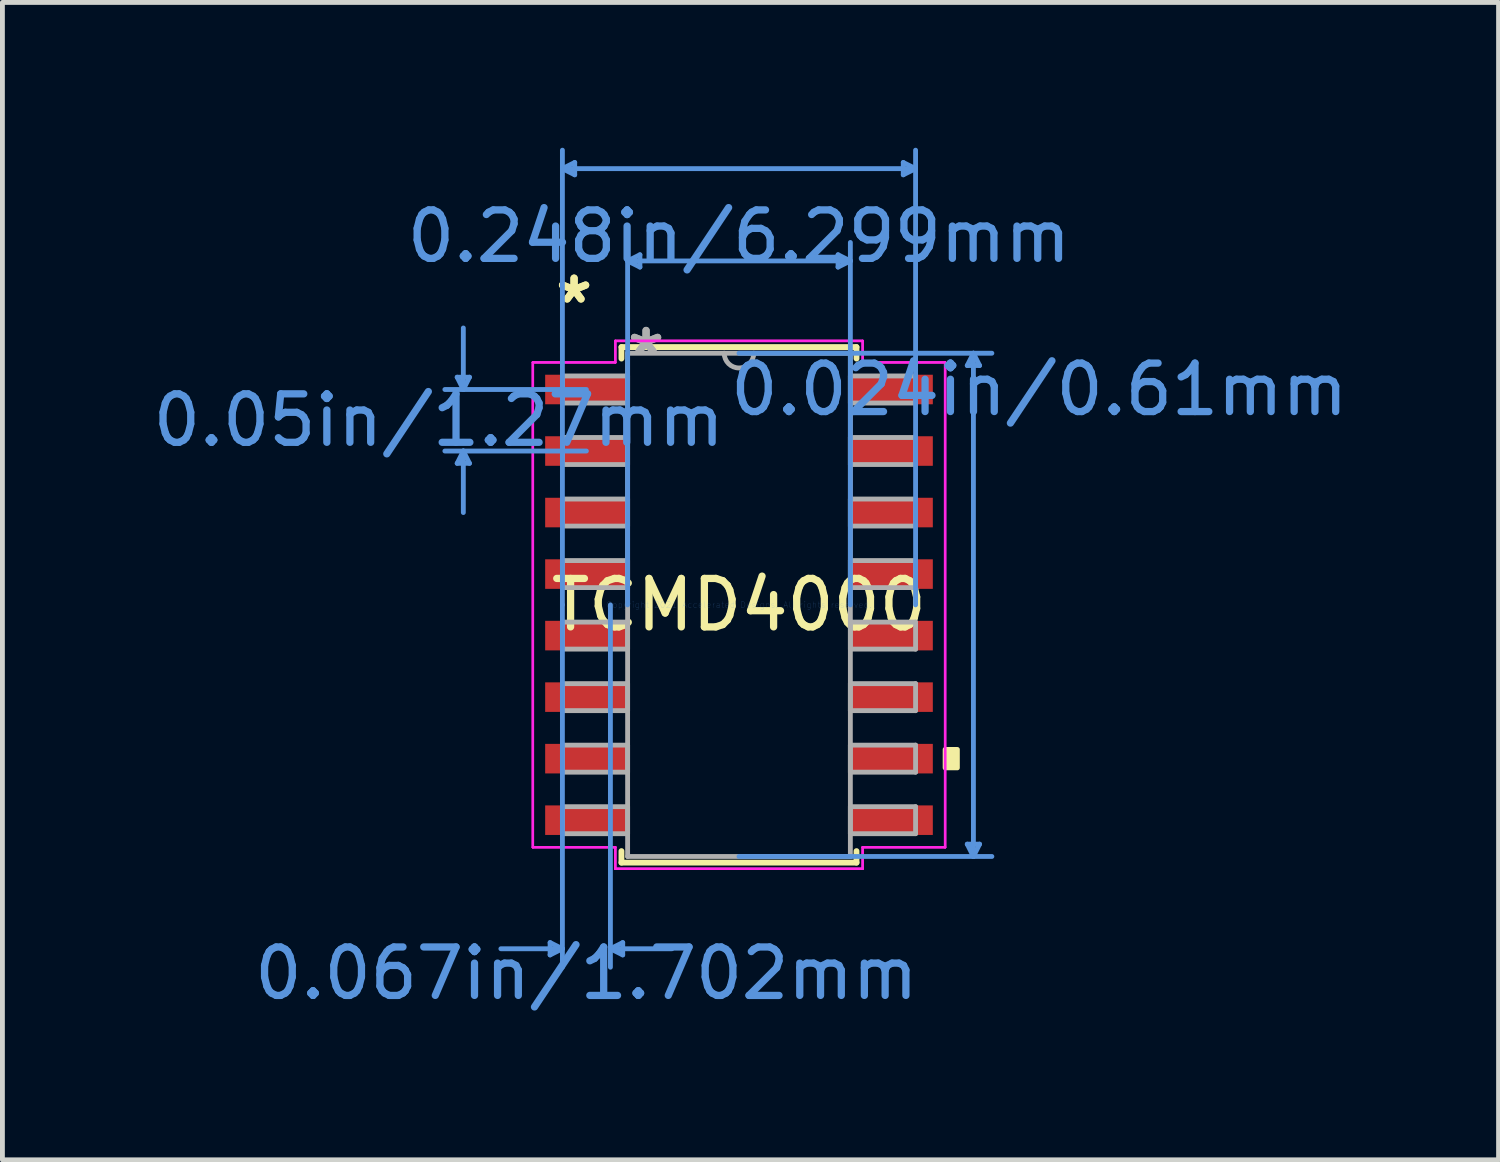
<source format=kicad_pcb>
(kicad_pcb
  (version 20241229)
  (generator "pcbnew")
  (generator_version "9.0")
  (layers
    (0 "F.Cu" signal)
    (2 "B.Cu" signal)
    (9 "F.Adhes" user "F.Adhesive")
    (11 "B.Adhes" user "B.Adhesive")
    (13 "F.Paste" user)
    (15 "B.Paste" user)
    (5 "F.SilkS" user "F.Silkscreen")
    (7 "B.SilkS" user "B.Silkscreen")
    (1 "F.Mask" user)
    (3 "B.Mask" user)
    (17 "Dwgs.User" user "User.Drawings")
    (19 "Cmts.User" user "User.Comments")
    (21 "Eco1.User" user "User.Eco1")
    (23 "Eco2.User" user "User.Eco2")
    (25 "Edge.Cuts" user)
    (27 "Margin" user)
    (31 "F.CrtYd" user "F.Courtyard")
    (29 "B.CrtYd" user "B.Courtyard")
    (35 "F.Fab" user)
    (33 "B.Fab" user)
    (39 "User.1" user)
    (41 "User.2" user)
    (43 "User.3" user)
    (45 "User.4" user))
  (footprint "TCMD4000"
    (layer "F.Cu")
    (at 12.204 9.435)
    (property "Reference" "TCMD4000" (at 0 0 0) (layer "F.SilkS") (effects (font (size 1 1) (thickness 0.15))))
    (attr through_hole)
    (fp_line (start -2.426 -5.321) (end -2.426 -5.083) (stroke (width 0.12) (type solid)) (layer "F.SilkS"))
    (fp_line (start -2.426 5.083) (end -2.426 5.321) (stroke (width 0.12) (type solid)) (layer "F.SilkS"))
    (fp_line (start -2.426 5.321) (end 2.426 5.321) (stroke (width 0.12) (type solid)) (layer "F.SilkS"))
    (fp_line (start 2.426 -5.321) (end -2.426 -5.321) (stroke (width 0.12) (type solid)) (layer "F.SilkS"))
    (fp_line (start 2.426 -5.083) (end 2.426 -5.321) (stroke (width 0.12) (type solid)) (layer "F.SilkS"))
    (fp_line (start 2.426 5.321) (end 2.426 5.083) (stroke (width 0.12) (type solid)) (layer "F.SilkS"))
    (fp_poly (pts (xy 4.508 2.985) (xy 4.508 3.365) (xy 4.255 3.365) (xy 4.255 2.985)) (stroke (width 0.1) (type solid)) (fill yes) (layer "F.SilkS"))
    (fp_line (start -5.817 -4.699) (end -5.563 -4.699) (stroke (width 0.1) (type solid)) (layer "Cmts.User"))
    (fp_line (start -5.817 -2.921) (end -5.563 -2.921) (stroke (width 0.1) (type solid)) (layer "Cmts.User"))
    (fp_line (start -5.69 -4.445) (end -5.817 -4.699) (stroke (width 0.1) (type solid)) (layer "Cmts.User"))
    (fp_line (start -5.69 -4.445) (end -5.69 -5.715) (stroke (width 0.1) (type solid)) (layer "Cmts.User"))
    (fp_line (start -5.69 -4.445) (end -5.563 -4.699) (stroke (width 0.1) (type solid)) (layer "Cmts.User"))
    (fp_line (start -5.69 -3.175) (end -5.817 -2.921) (stroke (width 0.1) (type solid)) (layer "Cmts.User"))
    (fp_line (start -5.69 -3.175) (end -5.69 -1.905) (stroke (width 0.1) (type solid)) (layer "Cmts.User"))
    (fp_line (start -5.69 -3.175) (end -5.563 -2.921) (stroke (width 0.1) (type solid)) (layer "Cmts.User"))
    (fp_line (start -3.899 6.972) (end -3.899 7.226) (stroke (width 0.1) (type solid)) (layer "Cmts.User"))
    (fp_line (start -3.645 -9.004) (end -3.391 -9.131) (stroke (width 0.1) (type solid)) (layer "Cmts.User"))
    (fp_line (start -3.645 -9.004) (end -3.391 -8.877) (stroke (width 0.1) (type solid)) (layer "Cmts.User"))
    (fp_line (start -3.645 -9.004) (end 3.645 -9.004) (stroke (width 0.1) (type solid)) (layer "Cmts.User"))
    (fp_line (start -3.645 0) (end -3.645 -9.385) (stroke (width 0.1) (type solid)) (layer "Cmts.User"))
    (fp_line (start -3.645 0) (end -3.645 7.48) (stroke (width 0.1) (type solid)) (layer "Cmts.User"))
    (fp_line (start -3.645 7.099) (end -4.915 7.099) (stroke (width 0.1) (type solid)) (layer "Cmts.User"))
    (fp_line (start -3.645 7.099) (end -3.899 6.972) (stroke (width 0.1) (type solid)) (layer "Cmts.User"))
    (fp_line (start -3.645 7.099) (end -3.899 7.226) (stroke (width 0.1) (type solid)) (layer "Cmts.User"))
    (fp_line (start -3.391 -9.131) (end -3.391 -8.877) (stroke (width 0.1) (type solid)) (layer "Cmts.User"))
    (fp_line (start -3.15 -4.445) (end -6.071 -4.445) (stroke (width 0.1) (type solid)) (layer "Cmts.User"))
    (fp_line (start -3.15 -3.175) (end -6.071 -3.175) (stroke (width 0.1) (type solid)) (layer "Cmts.User"))
    (fp_line (start -2.654 0) (end -2.654 7.48) (stroke (width 0.1) (type solid)) (layer "Cmts.User"))
    (fp_line (start -2.654 7.099) (end -2.4 6.972) (stroke (width 0.1) (type solid)) (layer "Cmts.User"))
    (fp_line (start -2.654 7.099) (end -2.4 7.226) (stroke (width 0.1) (type solid)) (layer "Cmts.User"))
    (fp_line (start -2.654 7.099) (end -1.384 7.099) (stroke (width 0.1) (type solid)) (layer "Cmts.User"))
    (fp_line (start -2.4 6.972) (end -2.4 7.226) (stroke (width 0.1) (type solid)) (layer "Cmts.User"))
    (fp_line (start -2.299 -7.099) (end -2.045 -7.226) (stroke (width 0.1) (type solid)) (layer "Cmts.User"))
    (fp_line (start -2.299 -7.099) (end -2.045 -6.972) (stroke (width 0.1) (type solid)) (layer "Cmts.User"))
    (fp_line (start -2.299 -7.099) (end 2.299 -7.099) (stroke (width 0.1) (type solid)) (layer "Cmts.User"))
    (fp_line (start -2.299 0) (end -2.299 -7.48) (stroke (width 0.1) (type solid)) (layer "Cmts.User"))
    (fp_line (start -2.045 -7.226) (end -2.045 -6.972) (stroke (width 0.1) (type solid)) (layer "Cmts.User"))
    (fp_line (start 0 -5.194) (end 5.22 -5.194) (stroke (width 0.1) (type solid)) (layer "Cmts.User"))
    (fp_line (start 0 5.194) (end 5.22 5.194) (stroke (width 0.1) (type solid)) (layer "Cmts.User"))
    (fp_line (start 2.045 -7.226) (end 2.045 -6.972) (stroke (width 0.1) (type solid)) (layer "Cmts.User"))
    (fp_line (start 2.299 -7.099) (end 2.045 -7.226) (stroke (width 0.1) (type solid)) (layer "Cmts.User"))
    (fp_line (start 2.299 -7.099) (end 2.045 -6.972) (stroke (width 0.1) (type solid)) (layer "Cmts.User"))
    (fp_line (start 2.299 0) (end 2.299 -7.48) (stroke (width 0.1) (type solid)) (layer "Cmts.User"))
    (fp_line (start 3.391 -9.131) (end 3.391 -8.877) (stroke (width 0.1) (type solid)) (layer "Cmts.User"))
    (fp_line (start 3.645 -9.004) (end 3.391 -9.131) (stroke (width 0.1) (type solid)) (layer "Cmts.User"))
    (fp_line (start 3.645 -9.004) (end 3.391 -8.877) (stroke (width 0.1) (type solid)) (layer "Cmts.User"))
    (fp_line (start 3.645 0) (end 3.645 -9.385) (stroke (width 0.1) (type solid)) (layer "Cmts.User"))
    (fp_line (start 4.712 -4.94) (end 4.966 -4.94) (stroke (width 0.1) (type solid)) (layer "Cmts.User"))
    (fp_line (start 4.712 4.94) (end 4.966 4.94) (stroke (width 0.1) (type solid)) (layer "Cmts.User"))
    (fp_line (start 4.839 -5.194) (end 4.712 -4.94) (stroke (width 0.1) (type solid)) (layer "Cmts.User"))
    (fp_line (start 4.839 -5.194) (end 4.839 5.194) (stroke (width 0.1) (type solid)) (layer "Cmts.User"))
    (fp_line (start 4.839 -5.194) (end 4.966 -4.94) (stroke (width 0.1) (type solid)) (layer "Cmts.User"))
    (fp_line (start 4.839 5.194) (end 4.712 4.94) (stroke (width 0.1) (type solid)) (layer "Cmts.User"))
    (fp_line (start 4.839 5.194) (end 4.966 4.94) (stroke (width 0.1) (type solid)) (layer "Cmts.User"))
    (fp_line (start -4.255 -5.004) (end -2.553 -5.004) (stroke (width 0.05) (type solid)) (layer "F.CrtYd"))
    (fp_line (start -4.255 -5.004) (end -2.553 -5.004) (stroke (width 0.05) (type solid)) (layer "F.CrtYd"))
    (fp_line (start -4.255 5.004) (end -4.255 -5.004) (stroke (width 0.05) (type solid)) (layer "F.CrtYd"))
    (fp_line (start -4.255 5.004) (end -4.255 -5.004) (stroke (width 0.05) (type solid)) (layer "F.CrtYd"))
    (fp_line (start -4.255 5.004) (end -2.553 5.004) (stroke (width 0.05) (type solid)) (layer "F.CrtYd"))
    (fp_line (start -2.553 -5.448) (end 2.553 -5.448) (stroke (width 0.05) (type solid)) (layer "F.CrtYd"))
    (fp_line (start -2.553 -5.448) (end 2.553 -5.448) (stroke (width 0.05) (type solid)) (layer "F.CrtYd"))
    (fp_line (start -2.553 -5.004) (end -2.553 -5.448) (stroke (width 0.05) (type solid)) (layer "F.CrtYd"))
    (fp_line (start -2.553 -5.004) (end -2.553 -5.448) (stroke (width 0.05) (type solid)) (layer "F.CrtYd"))
    (fp_line (start -2.553 5.004) (end -4.255 5.004) (stroke (width 0.05) (type solid)) (layer "F.CrtYd"))
    (fp_line (start -2.553 5.448) (end -2.553 5.004) (stroke (width 0.05) (type solid)) (layer "F.CrtYd"))
    (fp_line (start -2.553 5.448) (end -2.553 5.004) (stroke (width 0.05) (type solid)) (layer "F.CrtYd"))
    (fp_line (start 2.553 -5.448) (end 2.553 -5.004) (stroke (width 0.05) (type solid)) (layer "F.CrtYd"))
    (fp_line (start 2.553 -5.448) (end 2.553 -5.004) (stroke (width 0.05) (type solid)) (layer "F.CrtYd"))
    (fp_line (start 2.553 -5.004) (end 4.255 -5.004) (stroke (width 0.05) (type solid)) (layer "F.CrtYd"))
    (fp_line (start 2.553 5.004) (end 2.553 5.448) (stroke (width 0.05) (type solid)) (layer "F.CrtYd"))
    (fp_line (start 2.553 5.004) (end 2.553 5.448) (stroke (width 0.05) (type solid)) (layer "F.CrtYd"))
    (fp_line (start 2.553 5.448) (end -2.553 5.448) (stroke (width 0.05) (type solid)) (layer "F.CrtYd"))
    (fp_line (start 2.553 5.448) (end -2.553 5.448) (stroke (width 0.05) (type solid)) (layer "F.CrtYd"))
    (fp_line (start 4.255 -5.004) (end 2.553 -5.004) (stroke (width 0.05) (type solid)) (layer "F.CrtYd"))
    (fp_line (start 4.255 -5.004) (end 4.255 5.004) (stroke (width 0.05) (type solid)) (layer "F.CrtYd"))
    (fp_line (start 4.255 -5.004) (end 4.255 5.004) (stroke (width 0.05) (type solid)) (layer "F.CrtYd"))
    (fp_line (start 4.255 5.004) (end 2.553 5.004) (stroke (width 0.05) (type solid)) (layer "F.CrtYd"))
    (fp_line (start 4.255 5.004) (end 2.553 5.004) (stroke (width 0.05) (type solid)) (layer "F.CrtYd"))
    (fp_line (start -3.645 -4.724) (end -3.645 -4.166) (stroke (width 0.1) (type solid)) (layer "F.Fab"))
    (fp_line (start -3.645 -4.166) (end -2.299 -4.166) (stroke (width 0.1) (type solid)) (layer "F.Fab"))
    (fp_line (start -3.645 -3.454) (end -3.645 -2.896) (stroke (width 0.1) (type solid)) (layer "F.Fab"))
    (fp_line (start -3.645 -2.896) (end -2.299 -2.896) (stroke (width 0.1) (type solid)) (layer "F.Fab"))
    (fp_line (start -3.645 -2.184) (end -3.645 -1.626) (stroke (width 0.1) (type solid)) (layer "F.Fab"))
    (fp_line (start -3.645 -1.626) (end -2.299 -1.626) (stroke (width 0.1) (type solid)) (layer "F.Fab"))
    (fp_line (start -3.645 -0.914) (end -3.645 -0.356) (stroke (width 0.1) (type solid)) (layer "F.Fab"))
    (fp_line (start -3.645 -0.356) (end -2.299 -0.356) (stroke (width 0.1) (type solid)) (layer "F.Fab"))
    (fp_line (start -3.645 0.356) (end -3.645 0.914) (stroke (width 0.1) (type solid)) (layer "F.Fab"))
    (fp_line (start -3.645 0.914) (end -2.299 0.914) (stroke (width 0.1) (type solid)) (layer "F.Fab"))
    (fp_line (start -3.645 1.626) (end -3.645 2.184) (stroke (width 0.1) (type solid)) (layer "F.Fab"))
    (fp_line (start -3.645 2.184) (end -2.299 2.184) (stroke (width 0.1) (type solid)) (layer "F.Fab"))
    (fp_line (start -3.645 2.896) (end -3.645 3.454) (stroke (width 0.1) (type solid)) (layer "F.Fab"))
    (fp_line (start -3.645 3.454) (end -2.299 3.454) (stroke (width 0.1) (type solid)) (layer "F.Fab"))
    (fp_line (start -3.645 4.166) (end -3.645 4.724) (stroke (width 0.1) (type solid)) (layer "F.Fab"))
    (fp_line (start -3.645 4.724) (end -2.299 4.724) (stroke (width 0.1) (type solid)) (layer "F.Fab"))
    (fp_line (start -2.299 -5.194) (end -2.299 5.194) (stroke (width 0.1) (type solid)) (layer "F.Fab"))
    (fp_line (start -2.299 -4.724) (end -3.645 -4.724) (stroke (width 0.1) (type solid)) (layer "F.Fab"))
    (fp_line (start -2.299 -4.166) (end -2.299 -4.724) (stroke (width 0.1) (type solid)) (layer "F.Fab"))
    (fp_line (start -2.299 -3.454) (end -3.645 -3.454) (stroke (width 0.1) (type solid)) (layer "F.Fab"))
    (fp_line (start -2.299 -2.896) (end -2.299 -3.454) (stroke (width 0.1) (type solid)) (layer "F.Fab"))
    (fp_line (start -2.299 -2.184) (end -3.645 -2.184) (stroke (width 0.1) (type solid)) (layer "F.Fab"))
    (fp_line (start -2.299 -1.626) (end -2.299 -2.184) (stroke (width 0.1) (type solid)) (layer "F.Fab"))
    (fp_line (start -2.299 -0.914) (end -3.645 -0.914) (stroke (width 0.1) (type solid)) (layer "F.Fab"))
    (fp_line (start -2.299 -0.356) (end -2.299 -0.914) (stroke (width 0.1) (type solid)) (layer "F.Fab"))
    (fp_line (start -2.299 0.356) (end -3.645 0.356) (stroke (width 0.1) (type solid)) (layer "F.Fab"))
    (fp_line (start -2.299 0.914) (end -2.299 0.356) (stroke (width 0.1) (type solid)) (layer "F.Fab"))
    (fp_line (start -2.299 1.626) (end -3.645 1.626) (stroke (width 0.1) (type solid)) (layer "F.Fab"))
    (fp_line (start -2.299 2.184) (end -2.299 1.626) (stroke (width 0.1) (type solid)) (layer "F.Fab"))
    (fp_line (start -2.299 2.896) (end -3.645 2.896) (stroke (width 0.1) (type solid)) (layer "F.Fab"))
    (fp_line (start -2.299 3.454) (end -2.299 2.896) (stroke (width 0.1) (type solid)) (layer "F.Fab"))
    (fp_line (start -2.299 4.166) (end -3.645 4.166) (stroke (width 0.1) (type solid)) (layer "F.Fab"))
    (fp_line (start -2.299 4.724) (end -2.299 4.166) (stroke (width 0.1) (type solid)) (layer "F.Fab"))
    (fp_line (start -2.299 5.194) (end 2.299 5.194) (stroke (width 0.1) (type solid)) (layer "F.Fab"))
    (fp_line (start 2.299 -5.194) (end -2.299 -5.194) (stroke (width 0.1) (type solid)) (layer "F.Fab"))
    (fp_line (start 2.299 -4.724) (end 2.299 -4.166) (stroke (width 0.1) (type solid)) (layer "F.Fab"))
    (fp_line (start 2.299 -4.166) (end 3.645 -4.166) (stroke (width 0.1) (type solid)) (layer "F.Fab"))
    (fp_line (start 2.299 -3.454) (end 2.299 -2.896) (stroke (width 0.1) (type solid)) (layer "F.Fab"))
    (fp_line (start 2.299 -2.896) (end 3.645 -2.896) (stroke (width 0.1) (type solid)) (layer "F.Fab"))
    (fp_line (start 2.299 -2.184) (end 2.299 -1.626) (stroke (width 0.1) (type solid)) (layer "F.Fab"))
    (fp_line (start 2.299 -1.626) (end 3.645 -1.626) (stroke (width 0.1) (type solid)) (layer "F.Fab"))
    (fp_line (start 2.299 -0.914) (end 2.299 -0.356) (stroke (width 0.1) (type solid)) (layer "F.Fab"))
    (fp_line (start 2.299 -0.356) (end 3.645 -0.356) (stroke (width 0.1) (type solid)) (layer "F.Fab"))
    (fp_line (start 2.299 0.356) (end 2.299 0.914) (stroke (width 0.1) (type solid)) (layer "F.Fab"))
    (fp_line (start 2.299 0.914) (end 3.645 0.914) (stroke (width 0.1) (type solid)) (layer "F.Fab"))
    (fp_line (start 2.299 1.626) (end 2.299 2.184) (stroke (width 0.1) (type solid)) (layer "F.Fab"))
    (fp_line (start 2.299 2.184) (end 3.645 2.184) (stroke (width 0.1) (type solid)) (layer "F.Fab"))
    (fp_line (start 2.299 2.896) (end 2.299 3.454) (stroke (width 0.1) (type solid)) (layer "F.Fab"))
    (fp_line (start 2.299 3.454) (end 3.645 3.454) (stroke (width 0.1) (type solid)) (layer "F.Fab"))
    (fp_line (start 2.299 4.166) (end 2.299 4.724) (stroke (width 0.1) (type solid)) (layer "F.Fab"))
    (fp_line (start 2.299 4.724) (end 3.645 4.724) (stroke (width 0.1) (type solid)) (layer "F.Fab"))
    (fp_line (start 2.299 5.194) (end 2.299 -5.194) (stroke (width 0.1) (type solid)) (layer "F.Fab"))
    (fp_line (start 3.645 -4.724) (end 2.299 -4.724) (stroke (width 0.1) (type solid)) (layer "F.Fab"))
    (fp_line (start 3.645 -4.166) (end 3.645 -4.724) (stroke (width 0.1) (type solid)) (layer "F.Fab"))
    (fp_line (start 3.645 -3.454) (end 2.299 -3.454) (stroke (width 0.1) (type solid)) (layer "F.Fab"))
    (fp_line (start 3.645 -2.896) (end 3.645 -3.454) (stroke (width 0.1) (type solid)) (layer "F.Fab"))
    (fp_line (start 3.645 -2.184) (end 2.299 -2.184) (stroke (width 0.1) (type solid)) (layer "F.Fab"))
    (fp_line (start 3.645 -1.626) (end 3.645 -2.184) (stroke (width 0.1) (type solid)) (layer "F.Fab"))
    (fp_line (start 3.645 -0.914) (end 2.299 -0.914) (stroke (width 0.1) (type solid)) (layer "F.Fab"))
    (fp_line (start 3.645 -0.356) (end 3.645 -0.914) (stroke (width 0.1) (type solid)) (layer "F.Fab"))
    (fp_line (start 3.645 0.356) (end 2.299 0.356) (stroke (width 0.1) (type solid)) (layer "F.Fab"))
    (fp_line (start 3.645 0.914) (end 3.645 0.356) (stroke (width 0.1) (type solid)) (layer "F.Fab"))
    (fp_line (start 3.645 1.626) (end 2.299 1.626) (stroke (width 0.1) (type solid)) (layer "F.Fab"))
    (fp_line (start 3.645 2.184) (end 3.645 1.626) (stroke (width 0.1) (type solid)) (layer "F.Fab"))
    (fp_line (start 3.645 2.896) (end 2.299 2.896) (stroke (width 0.1) (type solid)) (layer "F.Fab"))
    (fp_line (start 3.645 3.454) (end 3.645 2.896) (stroke (width 0.1) (type solid)) (layer "F.Fab"))
    (fp_line (start 3.645 4.166) (end 2.299 4.166) (stroke (width 0.1) (type solid)) (layer "F.Fab"))
    (fp_line (start 3.645 4.724) (end 3.645 4.166) (stroke (width 0.1) (type solid)) (layer "F.Fab"))
    (fp_arc (start 0.3048 -5.1943) (mid 0 -4.8895) (end -0.3048 -5.1943) (stroke (width 0.1) (type solid)) (layer "F.Fab"))
    (fp_text user "*" (at -3.404 -6.198 0) (layer "F.SilkS") (effects (font (size 1 1) (thickness 0.15))))
    (fp_text user "*" (at -3.404 -6.198 0) (layer "F.SilkS") (effects (font (size 1 1) (thickness 0.15))))
    (fp_text user "0.05in/1.27mm" (at -6.198 -3.81 0) (layer "Cmts.User") (effects (font (size 1 1) (thickness 0.15))))
    (fp_text user "0.248in/6.299mm" (at 0 -7.607 0) (layer "Cmts.User") (effects (font (size 1 1) (thickness 0.15))))
    (fp_text user "0.067in/1.702mm" (at -3.15 7.607 0) (layer "Cmts.User") (effects (font (size 1 1) (thickness 0.15))))
    (fp_text user "Copyright 2021 Accelerated Designs. All rights reserved." (at 0 0 0) (layer "Cmts.User") (effects (font (size 0.127 0.127) (thickness 0.002))))
    (fp_text user "0.024in/0.61mm" (at 6.198 -4.445 0) (layer "Cmts.User") (effects (font (size 1 1) (thickness 0.15))))
    (fp_text user "*" (at -1.918 -5.118 0) (layer "F.Fab") (effects (font (size 1 1) (thickness 0.15))))
    (fp_text user "*" (at -1.918 -5.118 0) (layer "F.Fab") (effects (font (size 1 1) (thickness 0.15))))
    (pad "1" smd rect (at -3.15 -4.445) (size 1.702 0.61) (layers "F.Cu" "F.Mask" "F.Paste"))
    (pad "2" smd rect (at -3.15 -3.175) (size 1.702 0.61) (layers "F.Cu" "F.Mask" "F.Paste"))
    (pad "3" smd rect (at -3.15 -1.905) (size 1.702 0.61) (layers "F.Cu" "F.Mask" "F.Paste"))
    (pad "4" smd rect (at -3.15 -0.635) (size 1.702 0.61) (layers "F.Cu" "F.Mask" "F.Paste"))
    (pad "5" smd rect (at -3.15 0.635) (size 1.702 0.61) (layers "F.Cu" "F.Mask" "F.Paste"))
    (pad "6" smd rect (at -3.15 1.905) (size 1.702 0.61) (layers "F.Cu" "F.Mask" "F.Paste"))
    (pad "7" smd rect (at -3.15 3.175) (size 1.702 0.61) (layers "F.Cu" "F.Mask" "F.Paste"))
    (pad "8" smd rect (at -3.15 4.445) (size 1.702 0.61) (layers "F.Cu" "F.Mask" "F.Paste"))
    (pad "9" smd rect (at 3.15 4.445) (size 1.702 0.61) (layers "F.Cu" "F.Mask" "F.Paste"))
    (pad "10" smd rect (at 3.15 3.175) (size 1.702 0.61) (layers "F.Cu" "F.Mask" "F.Paste"))
    (pad "11" smd rect (at 3.15 1.905) (size 1.702 0.61) (layers "F.Cu" "F.Mask" "F.Paste"))
    (pad "12" smd rect (at 3.15 0.635) (size 1.702 0.61) (layers "F.Cu" "F.Mask" "F.Paste"))
    (pad "13" smd rect (at 3.15 -0.635) (size 1.702 0.61) (layers "F.Cu" "F.Mask" "F.Paste"))
    (pad "14" smd rect (at 3.15 -1.905) (size 1.702 0.61) (layers "F.Cu" "F.Mask" "F.Paste"))
    (pad "15" smd rect (at 3.15 -3.175) (size 1.702 0.61) (layers "F.Cu" "F.Mask" "F.Paste"))
    (pad "16" smd rect (at 3.15 -4.445) (size 1.702 0.61) (layers "F.Cu" "F.Mask" "F.Paste")))
  (gr_rect
    (start -3 -3)
    (end 27.883 20.891)
    (stroke (width 0.1) (type default))
    (fill no)
    (layer "Edge.Cuts")))
</source>
